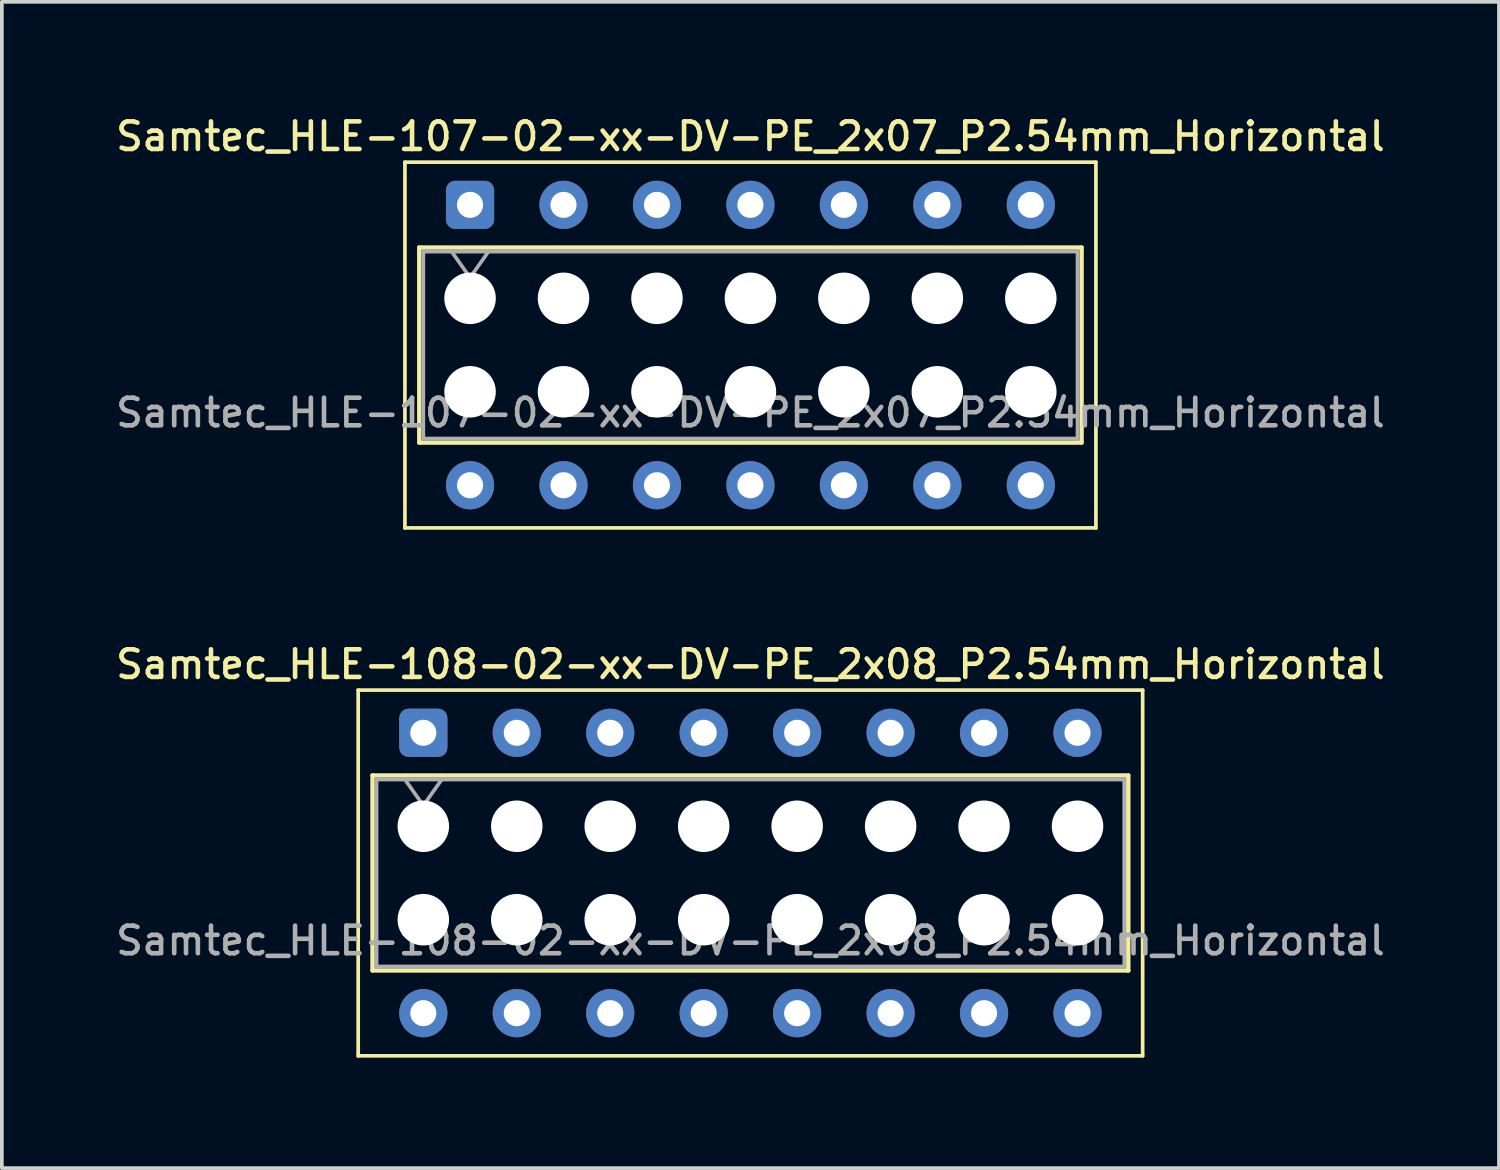
<source format=kicad_pcb>
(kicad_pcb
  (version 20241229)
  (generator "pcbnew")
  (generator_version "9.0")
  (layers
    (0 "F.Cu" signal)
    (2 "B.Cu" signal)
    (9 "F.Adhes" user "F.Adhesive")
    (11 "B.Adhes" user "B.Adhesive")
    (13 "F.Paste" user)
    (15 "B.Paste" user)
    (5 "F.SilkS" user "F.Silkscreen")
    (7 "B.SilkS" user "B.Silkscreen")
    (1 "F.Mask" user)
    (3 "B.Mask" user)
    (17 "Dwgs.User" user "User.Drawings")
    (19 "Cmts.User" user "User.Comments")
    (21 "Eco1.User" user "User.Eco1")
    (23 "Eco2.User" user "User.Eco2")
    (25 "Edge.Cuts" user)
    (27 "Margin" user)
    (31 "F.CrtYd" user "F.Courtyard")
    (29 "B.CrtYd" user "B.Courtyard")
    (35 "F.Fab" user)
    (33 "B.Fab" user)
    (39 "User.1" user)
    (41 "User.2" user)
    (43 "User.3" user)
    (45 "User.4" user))
  (footprint "Samtec_HLE-108-02-xx-DV-PE_2x08_P2.54mm_Horizontal"
    (layer "F.Cu")
    (at 8.455 16.866)
    (property "Reference" "Samtec_HLE-108-02-xx-DV-PE_2x08_P2.54mm_Horizontal" (at 8.89 -1.86 0) (layer "F.SilkS") (effects (font (size 0.75 0.75) (thickness 0.125))))
    (attr through_hole)
    (fp_line (start -1.77 -1.16) (end 19.55 -1.16) (stroke (width 0.1) (type solid)) (layer "F.SilkS"))
    (fp_line (start -1.77 8.78) (end -1.77 -1.16) (stroke (width 0.1) (type solid)) (layer "F.SilkS"))
    (fp_line (start -1.38 1.16) (end 19.16 1.16) (stroke (width 0.12) (type solid)) (layer "F.SilkS"))
    (fp_line (start -1.38 6.46) (end -1.38 1.16) (stroke (width 0.12) (type solid)) (layer "F.SilkS"))
    (fp_line (start 19.16 1.16) (end 19.16 6.46) (stroke (width 0.12) (type solid)) (layer "F.SilkS"))
    (fp_line (start 19.16 6.46) (end -1.38 6.46) (stroke (width 0.12) (type solid)) (layer "F.SilkS"))
    (fp_line (start 19.55 -1.16) (end 19.55 8.78) (stroke (width 0.1) (type solid)) (layer "F.SilkS"))
    (fp_line (start 19.55 8.78) (end -1.77 8.78) (stroke (width 0.1) (type solid)) (layer "F.SilkS"))
    (fp_line (start -1.27 1.27) (end 19.05 1.27) (stroke (width 0.1) (type solid)) (layer "F.Fab"))
    (fp_line (start -1.27 6.35) (end -1.27 1.27) (stroke (width 0.1) (type solid)) (layer "F.Fab"))
    (fp_line (start -0.5 1.27) (end 0 1.977) (stroke (width 0.1) (type solid)) (layer "F.Fab"))
    (fp_line (start 0 1.977) (end 0.5 1.27) (stroke (width 0.1) (type solid)) (layer "F.Fab"))
    (fp_line (start 19.05 1.27) (end 19.05 6.35) (stroke (width 0.1) (type solid)) (layer "F.Fab"))
    (fp_line (start 19.05 6.35) (end -1.27 6.35) (stroke (width 0.1) (type solid)) (layer "F.Fab"))
    (fp_text user "${REFERENCE}" (at 8.89 5.65 0) (layer "F.Fab") (effects (font (size 0.75 0.75) (thickness 0.125))))
    (pad "" np_thru_hole circle (at 0 2.54) (size 1.4 1.4) (drill 1.4) (layers "*.Cu" "*.Mask"))
    (pad "" np_thru_hole circle (at 0 5.08) (size 1.4 1.4) (drill 1.4) (layers "*.Cu" "*.Mask"))
    (pad "" np_thru_hole circle (at 2.54 2.54) (size 1.4 1.4) (drill 1.4) (layers "*.Cu" "*.Mask"))
    (pad "" np_thru_hole circle (at 2.54 5.08) (size 1.4 1.4) (drill 1.4) (layers "*.Cu" "*.Mask"))
    (pad "" np_thru_hole circle (at 5.08 2.54) (size 1.4 1.4) (drill 1.4) (layers "*.Cu" "*.Mask"))
    (pad "" np_thru_hole circle (at 5.08 5.08) (size 1.4 1.4) (drill 1.4) (layers "*.Cu" "*.Mask"))
    (pad "" np_thru_hole circle (at 7.62 2.54) (size 1.4 1.4) (drill 1.4) (layers "*.Cu" "*.Mask"))
    (pad "" np_thru_hole circle (at 7.62 5.08) (size 1.4 1.4) (drill 1.4) (layers "*.Cu" "*.Mask"))
    (pad "" np_thru_hole circle (at 10.16 2.54) (size 1.4 1.4) (drill 1.4) (layers "*.Cu" "*.Mask"))
    (pad "" np_thru_hole circle (at 10.16 5.08) (size 1.4 1.4) (drill 1.4) (layers "*.Cu" "*.Mask"))
    (pad "" np_thru_hole circle (at 12.7 2.54) (size 1.4 1.4) (drill 1.4) (layers "*.Cu" "*.Mask"))
    (pad "" np_thru_hole circle (at 12.7 5.08) (size 1.4 1.4) (drill 1.4) (layers "*.Cu" "*.Mask"))
    (pad "" np_thru_hole circle (at 15.24 2.54) (size 1.4 1.4) (drill 1.4) (layers "*.Cu" "*.Mask"))
    (pad "" np_thru_hole circle (at 15.24 5.08) (size 1.4 1.4) (drill 1.4) (layers "*.Cu" "*.Mask"))
    (pad "" np_thru_hole circle (at 17.78 2.54) (size 1.4 1.4) (drill 1.4) (layers "*.Cu" "*.Mask"))
    (pad "" np_thru_hole circle (at 17.78 5.08) (size 1.4 1.4) (drill 1.4) (layers "*.Cu" "*.Mask"))
    (pad "1" thru_hole roundrect (at 0 0) (size 1.31 1.31) (drill 0.71) (layers "*.Cu" "*.Mask") (roundrect_rratio 0.191))
    (pad "2" thru_hole circle (at 0 7.62) (size 1.31 1.31) (drill 0.71) (layers "*.Cu" "*.Mask"))
    (pad "3" thru_hole circle (at 2.54 0) (size 1.31 1.31) (drill 0.71) (layers "*.Cu" "*.Mask"))
    (pad "4" thru_hole circle (at 2.54 7.62) (size 1.31 1.31) (drill 0.71) (layers "*.Cu" "*.Mask"))
    (pad "5" thru_hole circle (at 5.08 0) (size 1.31 1.31) (drill 0.71) (layers "*.Cu" "*.Mask"))
    (pad "6" thru_hole circle (at 5.08 7.62) (size 1.31 1.31) (drill 0.71) (layers "*.Cu" "*.Mask"))
    (pad "7" thru_hole circle (at 7.62 0) (size 1.31 1.31) (drill 0.71) (layers "*.Cu" "*.Mask"))
    (pad "8" thru_hole circle (at 7.62 7.62) (size 1.31 1.31) (drill 0.71) (layers "*.Cu" "*.Mask"))
    (pad "9" thru_hole circle (at 10.16 0) (size 1.31 1.31) (drill 0.71) (layers "*.Cu" "*.Mask"))
    (pad "10" thru_hole circle (at 10.16 7.62) (size 1.31 1.31) (drill 0.71) (layers "*.Cu" "*.Mask"))
    (pad "11" thru_hole circle (at 12.7 0) (size 1.31 1.31) (drill 0.71) (layers "*.Cu" "*.Mask"))
    (pad "12" thru_hole circle (at 12.7 7.62) (size 1.31 1.31) (drill 0.71) (layers "*.Cu" "*.Mask"))
    (pad "13" thru_hole circle (at 15.24 0) (size 1.31 1.31) (drill 0.71) (layers "*.Cu" "*.Mask"))
    (pad "14" thru_hole circle (at 15.24 7.62) (size 1.31 1.31) (drill 0.71) (layers "*.Cu" "*.Mask"))
    (pad "15" thru_hole circle (at 17.78 0) (size 1.31 1.31) (drill 0.71) (layers "*.Cu" "*.Mask"))
    (pad "16" thru_hole circle (at 17.78 7.62) (size 1.31 1.31) (drill 0.71) (layers "*.Cu" "*.Mask")))
  (footprint "Samtec_HLE-107-02-xx-DV-PE_2x07_P2.54mm_Horizontal"
    (layer "F.Cu")
    (at 9.725 2.518)
    (property "Reference" "Samtec_HLE-107-02-xx-DV-PE_2x07_P2.54mm_Horizontal" (at 7.62 -1.86 0) (layer "F.SilkS") (effects (font (size 0.75 0.75) (thickness 0.125))))
    (attr through_hole)
    (fp_line (start -1.77 -1.16) (end 17.01 -1.16) (stroke (width 0.1) (type solid)) (layer "F.SilkS"))
    (fp_line (start -1.77 8.78) (end -1.77 -1.16) (stroke (width 0.1) (type solid)) (layer "F.SilkS"))
    (fp_line (start -1.38 1.16) (end 16.62 1.16) (stroke (width 0.12) (type solid)) (layer "F.SilkS"))
    (fp_line (start -1.38 6.46) (end -1.38 1.16) (stroke (width 0.12) (type solid)) (layer "F.SilkS"))
    (fp_line (start 16.62 1.16) (end 16.62 6.46) (stroke (width 0.12) (type solid)) (layer "F.SilkS"))
    (fp_line (start 16.62 6.46) (end -1.38 6.46) (stroke (width 0.12) (type solid)) (layer "F.SilkS"))
    (fp_line (start 17.01 -1.16) (end 17.01 8.78) (stroke (width 0.1) (type solid)) (layer "F.SilkS"))
    (fp_line (start 17.01 8.78) (end -1.77 8.78) (stroke (width 0.1) (type solid)) (layer "F.SilkS"))
    (fp_line (start -1.27 1.27) (end 16.51 1.27) (stroke (width 0.1) (type solid)) (layer "F.Fab"))
    (fp_line (start -1.27 6.35) (end -1.27 1.27) (stroke (width 0.1) (type solid)) (layer "F.Fab"))
    (fp_line (start -0.5 1.27) (end 0 1.977) (stroke (width 0.1) (type solid)) (layer "F.Fab"))
    (fp_line (start 0 1.977) (end 0.5 1.27) (stroke (width 0.1) (type solid)) (layer "F.Fab"))
    (fp_line (start 16.51 1.27) (end 16.51 6.35) (stroke (width 0.1) (type solid)) (layer "F.Fab"))
    (fp_line (start 16.51 6.35) (end -1.27 6.35) (stroke (width 0.1) (type solid)) (layer "F.Fab"))
    (fp_text user "${REFERENCE}" (at 7.62 5.65 0) (layer "F.Fab") (effects (font (size 0.75 0.75) (thickness 0.125))))
    (pad "" np_thru_hole circle (at 0 2.54) (size 1.4 1.4) (drill 1.4) (layers "*.Cu" "*.Mask"))
    (pad "" np_thru_hole circle (at 0 5.08) (size 1.4 1.4) (drill 1.4) (layers "*.Cu" "*.Mask"))
    (pad "" np_thru_hole circle (at 2.54 2.54) (size 1.4 1.4) (drill 1.4) (layers "*.Cu" "*.Mask"))
    (pad "" np_thru_hole circle (at 2.54 5.08) (size 1.4 1.4) (drill 1.4) (layers "*.Cu" "*.Mask"))
    (pad "" np_thru_hole circle (at 5.08 2.54) (size 1.4 1.4) (drill 1.4) (layers "*.Cu" "*.Mask"))
    (pad "" np_thru_hole circle (at 5.08 5.08) (size 1.4 1.4) (drill 1.4) (layers "*.Cu" "*.Mask"))
    (pad "" np_thru_hole circle (at 7.62 2.54) (size 1.4 1.4) (drill 1.4) (layers "*.Cu" "*.Mask"))
    (pad "" np_thru_hole circle (at 7.62 5.08) (size 1.4 1.4) (drill 1.4) (layers "*.Cu" "*.Mask"))
    (pad "" np_thru_hole circle (at 10.16 2.54) (size 1.4 1.4) (drill 1.4) (layers "*.Cu" "*.Mask"))
    (pad "" np_thru_hole circle (at 10.16 5.08) (size 1.4 1.4) (drill 1.4) (layers "*.Cu" "*.Mask"))
    (pad "" np_thru_hole circle (at 12.7 2.54) (size 1.4 1.4) (drill 1.4) (layers "*.Cu" "*.Mask"))
    (pad "" np_thru_hole circle (at 12.7 5.08) (size 1.4 1.4) (drill 1.4) (layers "*.Cu" "*.Mask"))
    (pad "" np_thru_hole circle (at 15.24 2.54) (size 1.4 1.4) (drill 1.4) (layers "*.Cu" "*.Mask"))
    (pad "" np_thru_hole circle (at 15.24 5.08) (size 1.4 1.4) (drill 1.4) (layers "*.Cu" "*.Mask"))
    (pad "1" thru_hole roundrect (at 0 0) (size 1.31 1.31) (drill 0.71) (layers "*.Cu" "*.Mask") (roundrect_rratio 0.191))
    (pad "2" thru_hole circle (at 0 7.62) (size 1.31 1.31) (drill 0.71) (layers "*.Cu" "*.Mask"))
    (pad "3" thru_hole circle (at 2.54 0) (size 1.31 1.31) (drill 0.71) (layers "*.Cu" "*.Mask"))
    (pad "4" thru_hole circle (at 2.54 7.62) (size 1.31 1.31) (drill 0.71) (layers "*.Cu" "*.Mask"))
    (pad "5" thru_hole circle (at 5.08 0) (size 1.31 1.31) (drill 0.71) (layers "*.Cu" "*.Mask"))
    (pad "6" thru_hole circle (at 5.08 7.62) (size 1.31 1.31) (drill 0.71) (layers "*.Cu" "*.Mask"))
    (pad "7" thru_hole circle (at 7.62 0) (size 1.31 1.31) (drill 0.71) (layers "*.Cu" "*.Mask"))
    (pad "8" thru_hole circle (at 7.62 7.62) (size 1.31 1.31) (drill 0.71) (layers "*.Cu" "*.Mask"))
    (pad "9" thru_hole circle (at 10.16 0) (size 1.31 1.31) (drill 0.71) (layers "*.Cu" "*.Mask"))
    (pad "10" thru_hole circle (at 10.16 7.62) (size 1.31 1.31) (drill 0.71) (layers "*.Cu" "*.Mask"))
    (pad "11" thru_hole circle (at 12.7 0) (size 1.31 1.31) (drill 0.71) (layers "*.Cu" "*.Mask"))
    (pad "12" thru_hole circle (at 12.7 7.62) (size 1.31 1.31) (drill 0.71) (layers "*.Cu" "*.Mask"))
    (pad "13" thru_hole circle (at 15.24 0) (size 1.31 1.31) (drill 0.71) (layers "*.Cu" "*.Mask"))
    (pad "14" thru_hole circle (at 15.24 7.62) (size 1.31 1.31) (drill 0.71) (layers "*.Cu" "*.Mask")))
  (gr_rect
    (start -3 -3)
    (end 37.689 28.696)
    (stroke (width 0.1) (type default))
    (fill no)
    (layer "Edge.Cuts")))
</source>
